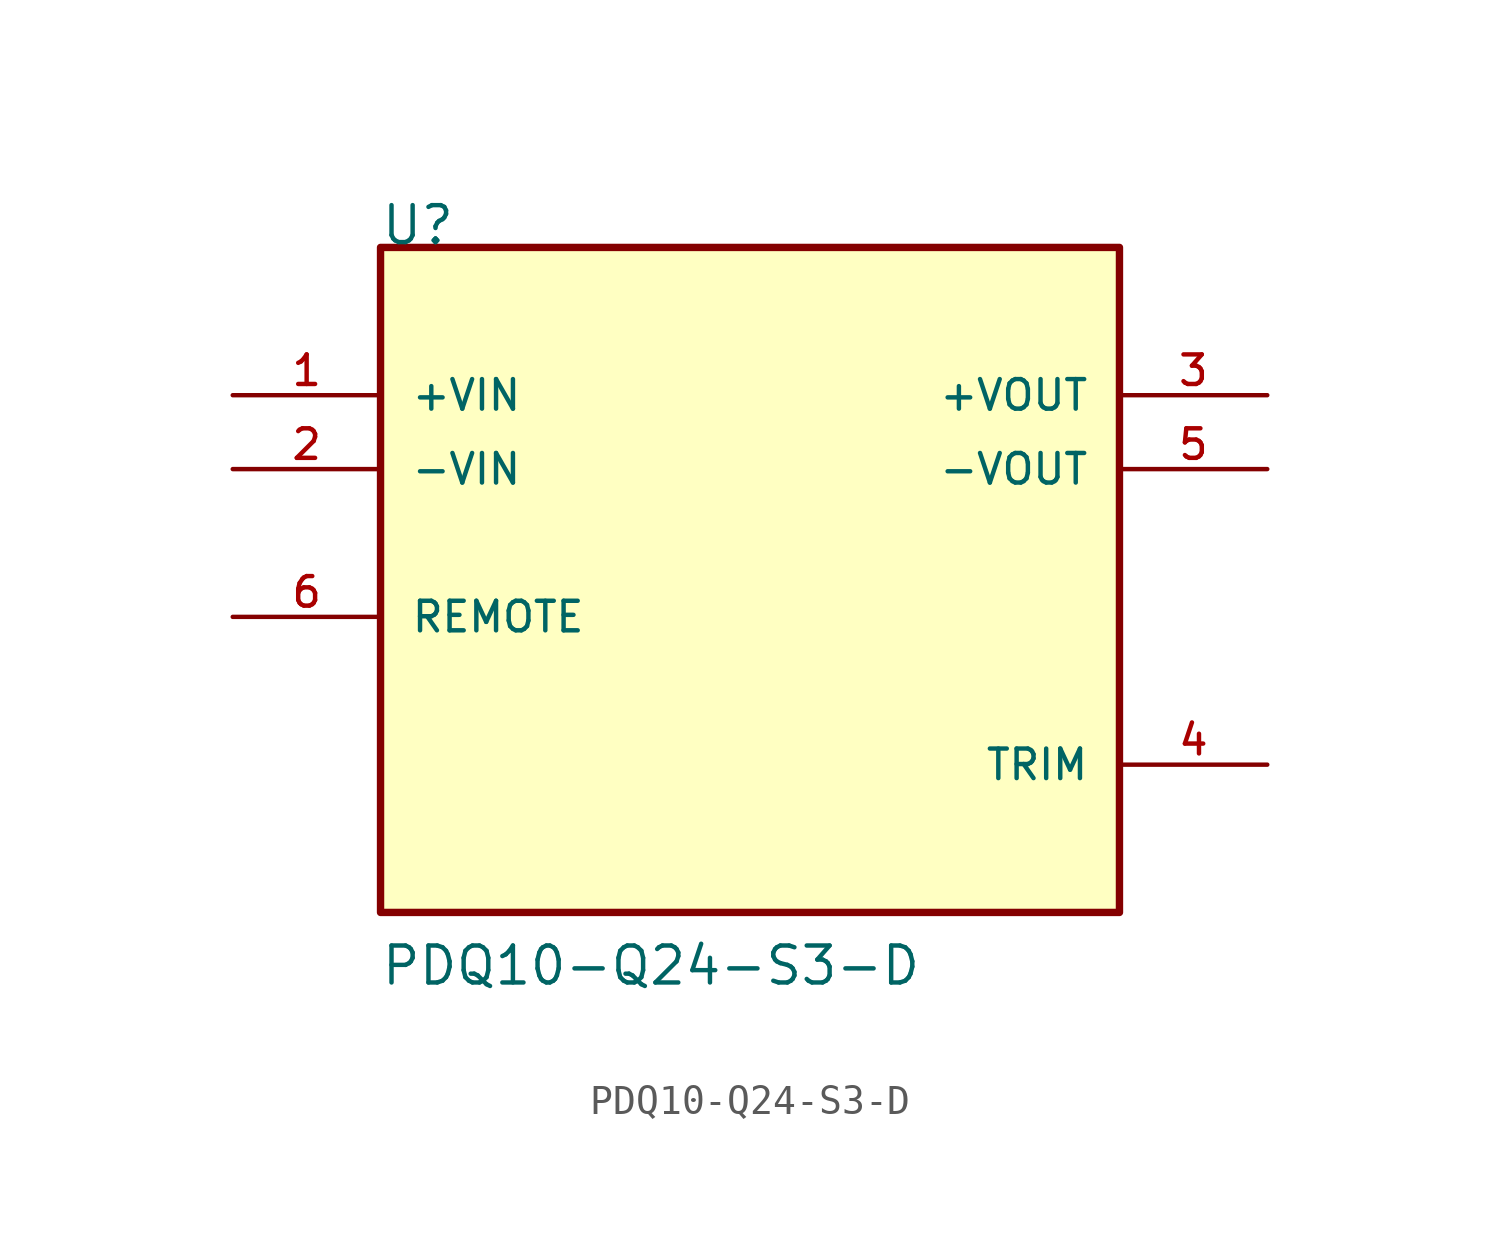
<source format=kicad_sym>
(kicad_symbol_lib
  (version 20231120)
  (generator "kicad_symbol_editor")
  (generator_version "8.0")
  (symbol "PDQ10-Q24-S3-D"
    (pin_names
      (offset 1.016))
    (property "Reference" "U"
      (at -12.725 10.18 0)
      (effects (font (size 1.27 1.27)) (justify left bottom)))
    (property "Value" "PDQ10-Q24-S3-D"
      (at -12.725 -15.27 0)
      (effects (font (size 1.27 1.27)) (justify left bottom)))
    (symbol "PDQ10-Q24-S3-D_0_0"
      (rectangle (start -12.7 -12.7) (end 12.7 10.16) (stroke (width 0.254) (type default)) (fill (type background)))
      (pin input line (at -17.78 5.08 0) (length 5.08) (name "+VIN" (effects (font (size 1.016 1.016)))) (number "1" (effects (font (size 1.016 1.016)))))
      (pin input line (at -17.78 2.54 0) (length 5.08) (name "-VIN" (effects (font (size 1.016 1.016)))) (number "2" (effects (font (size 1.016 1.016)))))
      (pin output line (at 17.78 5.08 180) (length 5.08) (name "+VOUT" (effects (font (size 1.016 1.016)))) (number "3" (effects (font (size 1.016 1.016)))))
      (pin passive line (at 17.78 -7.62 180) (length 5.08) (name "TRIM" (effects (font (size 1.016 1.016)))) (number "4" (effects (font (size 1.016 1.016)))))
      (pin output line (at 17.78 2.54 180) (length 5.08) (name "-VOUT" (effects (font (size 1.016 1.016)))) (number "5" (effects (font (size 1.016 1.016)))))
      (pin input line (at -17.78 -2.54 0) (length 5.08) (name "REMOTE" (effects (font (size 1.016 1.016)))) (number "6" (effects (font (size 1.016 1.016))))))))
</source>
